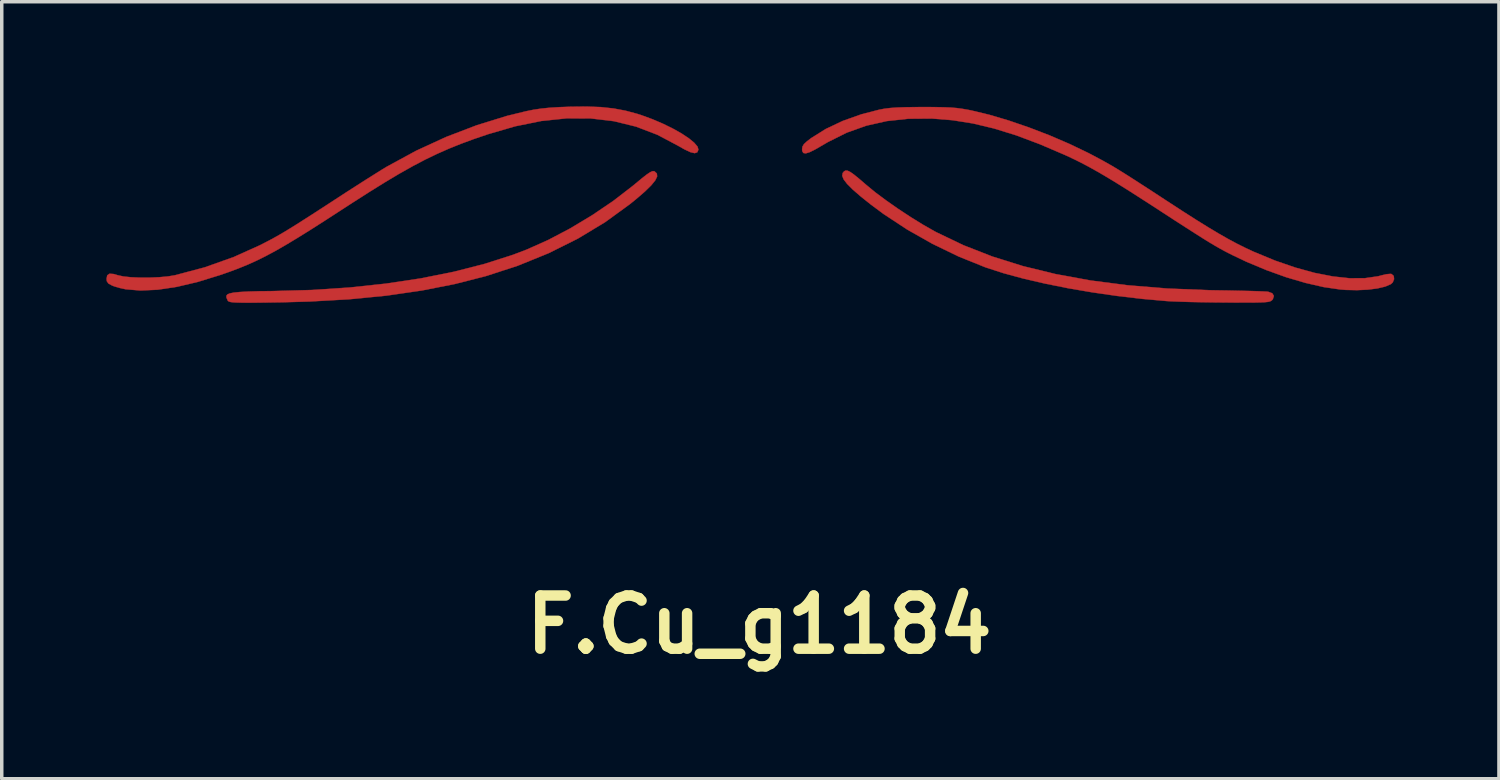
<source format=kicad_pcb>
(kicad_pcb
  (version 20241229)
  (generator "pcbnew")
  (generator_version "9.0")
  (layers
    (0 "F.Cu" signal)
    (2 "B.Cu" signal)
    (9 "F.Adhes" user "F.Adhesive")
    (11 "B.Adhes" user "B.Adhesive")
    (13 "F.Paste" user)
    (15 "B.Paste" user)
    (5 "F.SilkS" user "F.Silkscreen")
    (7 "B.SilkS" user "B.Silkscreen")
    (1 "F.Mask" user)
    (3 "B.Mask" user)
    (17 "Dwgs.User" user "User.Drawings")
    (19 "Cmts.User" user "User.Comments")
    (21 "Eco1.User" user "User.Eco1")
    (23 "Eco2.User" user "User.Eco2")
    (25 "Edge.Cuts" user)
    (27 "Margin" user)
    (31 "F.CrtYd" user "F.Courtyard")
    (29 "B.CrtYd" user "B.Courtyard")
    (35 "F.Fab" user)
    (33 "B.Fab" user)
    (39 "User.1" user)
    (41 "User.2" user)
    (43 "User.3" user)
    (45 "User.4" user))
  (footprint "F.Cu_g1184"
    (layer "F.Cu")
    (at 18.716 14.857)
    (property "Reference" "F.Cu_g1184" (at 0 0 0) (layer "F.SilkS") (effects (font (size 1.524 1.524) (thickness 0.3))))
    (attr through_hole)
    (fp_poly (pts (xy -3 -12.993) (xy -2.935 -12.933) (xy -2.927 -12.849) (xy -2.98 -12.738) (xy -3.095 -12.596) (xy -3.275 -12.419) (xy -3.523 -12.205) (xy -3.704 -12.058) (xy -4.419 -11.538) (xy -5.198 -11.068) (xy -6.036 -10.65) (xy -6.926 -10.288) (xy -7.837 -9.992) (xy -8.731 -9.764) (xy -9.678 -9.578) (xy -10.685 -9.432) (xy -11.755 -9.327) (xy -12.893 -9.263) (xy -13.674 -9.241) (xy -14.075 -9.235) (xy -14.399 -9.231) (xy -14.655 -9.23) (xy -14.852 -9.231) (xy -14.997 -9.235) (xy -15.099 -9.241) (xy -15.167 -9.251) (xy -15.208 -9.265) (xy -15.232 -9.282) (xy -15.234 -9.284) (xy -15.274 -9.376) (xy -15.275 -9.428) (xy -15.248 -9.465) (xy -15.18 -9.495) (xy -15.063 -9.519) (xy -14.89 -9.536) (xy -14.653 -9.549) (xy -14.346 -9.558) (xy -13.97 -9.562) (xy -12.844 -9.593) (xy -11.754 -9.664) (xy -10.706 -9.776) (xy -9.706 -9.926) (xy -8.761 -10.115) (xy -7.877 -10.341) (xy -7.061 -10.602) (xy -6.669 -10.751) (xy -6.055 -11.025) (xy -5.421 -11.358) (xy -4.789 -11.738) (xy -4.181 -12.15) (xy -3.62 -12.583) (xy -3.561 -12.632) (xy -3.369 -12.791) (xy -3.229 -12.901) (xy -3.131 -12.967) (xy -3.064 -12.998) (xy -3.017 -13) (xy -3 -12.993)) (stroke (width 0.01) (type solid)) (fill yes) (layer "F.Cu"))
    (fp_poly (pts (xy 2.532 -13.014) (xy 2.608 -12.978) (xy 2.716 -12.902) (xy 2.866 -12.78) (xy 3.067 -12.607) (xy 3.067 -12.607) (xy 3.323 -12.396) (xy 3.635 -12.163) (xy 3.982 -11.92) (xy 4.344 -11.682) (xy 4.7 -11.462) (xy 5.029 -11.275) (xy 5.08 -11.248) (xy 5.854 -10.877) (xy 6.68 -10.554) (xy 7.561 -10.278) (xy 8.5 -10.049) (xy 9.5 -9.866) (xy 10.563 -9.729) (xy 11.693 -9.636) (xy 12.892 -9.588) (xy 13.102 -9.584) (xy 13.439 -9.579) (xy 13.753 -9.572) (xy 14.034 -9.566) (xy 14.271 -9.559) (xy 14.451 -9.552) (xy 14.563 -9.546) (xy 14.59 -9.543) (xy 14.707 -9.5) (xy 14.754 -9.424) (xy 14.724 -9.33) (xy 14.705 -9.307) (xy 14.68 -9.285) (xy 14.644 -9.267) (xy 14.586 -9.253) (xy 14.499 -9.244) (xy 14.372 -9.238) (xy 14.195 -9.234) (xy 13.959 -9.233) (xy 13.655 -9.234) (xy 13.403 -9.235) (xy 13.058 -9.238) (xy 12.714 -9.243) (xy 12.387 -9.249) (xy 12.095 -9.258) (xy 11.855 -9.267) (xy 11.684 -9.276) (xy 10.977 -9.339) (xy 10.261 -9.423) (xy 9.547 -9.526) (xy 8.85 -9.645) (xy 8.184 -9.779) (xy 7.56 -9.924) (xy 6.994 -10.078) (xy 6.498 -10.239) (xy 6.47 -10.249) (xy 5.717 -10.553) (xy 4.967 -10.916) (xy 4.241 -11.327) (xy 3.563 -11.773) (xy 3.196 -12.046) (xy 2.903 -12.28) (xy 2.679 -12.475) (xy 2.519 -12.635) (xy 2.421 -12.763) (xy 2.379 -12.866) (xy 2.392 -12.947) (xy 2.431 -12.994) (xy 2.476 -13.018) (xy 2.532 -13.014)) (stroke (width 0.01) (type solid)) (fill yes) (layer "F.Cu"))
    (fp_poly (pts (xy -4.541 -14.837) (xy -4.177 -14.798) (xy -3.835 -14.734) (xy -3.496 -14.643) (xy -3.369 -14.602) (xy -3.057 -14.487) (xy -2.756 -14.358) (xy -2.477 -14.221) (xy -2.228 -14.081) (xy -2.021 -13.944) (xy -1.865 -13.816) (xy -1.769 -13.704) (xy -1.744 -13.616) (xy -1.777 -13.54) (xy -1.85 -13.516) (xy -1.971 -13.544) (xy -2.144 -13.625) (xy -2.33 -13.731) (xy -2.919 -14.043) (xy -3.531 -14.277) (xy -4.168 -14.433) (xy -4.831 -14.512) (xy -5.523 -14.514) (xy -6.245 -14.439) (xy -6.998 -14.286) (xy -7.785 -14.057) (xy -7.789 -14.055) (xy -8.188 -13.919) (xy -8.557 -13.783) (xy -8.906 -13.642) (xy -9.246 -13.492) (xy -9.587 -13.327) (xy -9.94 -13.141) (xy -10.315 -12.93) (xy -10.722 -12.687) (xy -11.172 -12.408) (xy -11.674 -12.087) (xy -11.942 -11.913) (xy -12.43 -11.597) (xy -12.857 -11.324) (xy -13.233 -11.09) (xy -13.565 -10.89) (xy -13.864 -10.718) (xy -14.138 -10.571) (xy -14.397 -10.442) (xy -14.648 -10.328) (xy -14.902 -10.224) (xy -15.166 -10.124) (xy -15.451 -10.024) (xy -15.452 -10.024) (xy -16.101 -9.824) (xy -16.701 -9.683) (xy -17.25 -9.601) (xy -17.744 -9.579) (xy -18.161 -9.614) (xy -18.328 -9.65) (xy -18.489 -9.697) (xy -18.553 -9.722) (xy -18.659 -9.78) (xy -18.704 -9.846) (xy -18.711 -9.914) (xy -18.692 -10.014) (xy -18.629 -10.059) (xy -18.511 -10.052) (xy -18.387 -10.016) (xy -18.231 -9.982) (xy -18.013 -9.959) (xy -17.755 -9.948) (xy -17.476 -9.948) (xy -17.201 -9.96) (xy -16.949 -9.983) (xy -16.751 -10.016) (xy -15.897 -10.243) (xy -15.065 -10.539) (xy -14.311 -10.878) (xy -14.144 -10.964) (xy -13.986 -11.047) (xy -13.828 -11.134) (xy -13.661 -11.231) (xy -13.475 -11.343) (xy -13.261 -11.476) (xy -13.01 -11.636) (xy -12.711 -11.828) (xy -12.357 -12.058) (xy -12.15 -12.193) (xy -11.856 -12.384) (xy -11.563 -12.572) (xy -11.285 -12.75) (xy -11.035 -12.907) (xy -10.828 -13.037) (xy -10.675 -13.13) (xy -10.658 -13.139) (xy -9.835 -13.586) (xy -8.976 -13.981) (xy -8.1 -14.316) (xy -7.227 -14.586) (xy -6.689 -14.717) (xy -6.467 -14.762) (xy -6.25 -14.794) (xy -6.016 -14.818) (xy -5.741 -14.835) (xy -5.418 -14.847) (xy -4.948 -14.852) (xy -4.541 -14.837)) (stroke (width 0.01) (type solid)) (fill yes) (layer "F.Cu"))
    (fp_poly (pts (xy 5.021 -14.837) (xy 5.276 -14.832) (xy 5.482 -14.824) (xy 5.657 -14.81) (xy 5.82 -14.788) (xy 5.988 -14.759) (xy 6.096 -14.737) (xy 6.602 -14.615) (xy 7.155 -14.451) (xy 7.735 -14.252) (xy 8.321 -14.027) (xy 8.891 -13.782) (xy 9.425 -13.526) (xy 9.567 -13.452) (xy 9.732 -13.364) (xy 9.88 -13.284) (xy 10.022 -13.204) (xy 10.167 -13.12) (xy 10.325 -13.024) (xy 10.504 -12.912) (xy 10.715 -12.778) (xy 10.967 -12.615) (xy 11.27 -12.419) (xy 11.632 -12.182) (xy 11.684 -12.148) (xy 12.136 -11.854) (xy 12.529 -11.603) (xy 12.872 -11.39) (xy 13.175 -11.209) (xy 13.447 -11.054) (xy 13.699 -10.919) (xy 13.941 -10.799) (xy 14.181 -10.687) (xy 14.182 -10.687) (xy 14.783 -10.438) (xy 15.366 -10.237) (xy 15.922 -10.084) (xy 16.445 -9.982) (xy 16.927 -9.93) (xy 17.362 -9.932) (xy 17.742 -9.987) (xy 17.847 -10.015) (xy 17.981 -10.046) (xy 18.092 -10.056) (xy 18.127 -10.052) (xy 18.19 -9.996) (xy 18.2 -9.905) (xy 18.161 -9.811) (xy 18.108 -9.762) (xy 17.947 -9.692) (xy 17.72 -9.638) (xy 17.444 -9.603) (xy 17.135 -9.589) (xy 16.81 -9.596) (xy 16.658 -9.608) (xy 16.184 -9.677) (xy 15.663 -9.796) (xy 15.109 -9.959) (xy 14.541 -10.163) (xy 13.973 -10.4) (xy 13.582 -10.586) (xy 13.446 -10.654) (xy 13.318 -10.721) (xy 13.19 -10.792) (xy 13.052 -10.871) (xy 12.898 -10.963) (xy 12.717 -11.075) (xy 12.501 -11.212) (xy 12.242 -11.378) (xy 11.931 -11.578) (xy 11.56 -11.819) (xy 11.472 -11.877) (xy 11.017 -12.171) (xy 10.622 -12.424) (xy 10.279 -12.639) (xy 9.977 -12.823) (xy 9.709 -12.98) (xy 9.464 -13.117) (xy 9.234 -13.239) (xy 9.009 -13.35) (xy 8.78 -13.457) (xy 8.763 -13.465) (xy 8.039 -13.775) (xy 7.365 -14.028) (xy 6.73 -14.224) (xy 6.126 -14.368) (xy 5.541 -14.461) (xy 4.968 -14.507) (xy 4.949 -14.508) (xy 4.277 -14.503) (xy 3.654 -14.436) (xy 3.069 -14.304) (xy 2.511 -14.105) (xy 1.969 -13.835) (xy 1.839 -13.759) (xy 1.613 -13.628) (xy 1.447 -13.545) (xy 1.334 -13.51) (xy 1.265 -13.521) (xy 1.233 -13.575) (xy 1.228 -13.631) (xy 1.239 -13.705) (xy 1.281 -13.775) (xy 1.369 -13.856) (xy 1.489 -13.948) (xy 1.908 -14.21) (xy 2.393 -14.44) (xy 2.931 -14.631) (xy 3.443 -14.763) (xy 3.592 -14.791) (xy 3.757 -14.811) (xy 3.953 -14.825) (xy 4.195 -14.833) (xy 4.499 -14.837) (xy 4.699 -14.838) (xy 5.021 -14.837)) (stroke (width 0.01) (type solid)) (fill yes) (layer "F.Cu")))
  (gr_rect
    (start -3 -3)
    (end 39.922 19.275)
    (stroke (width 0.1) (type default))
    (fill no)
    (layer "Edge.Cuts")))
</source>
